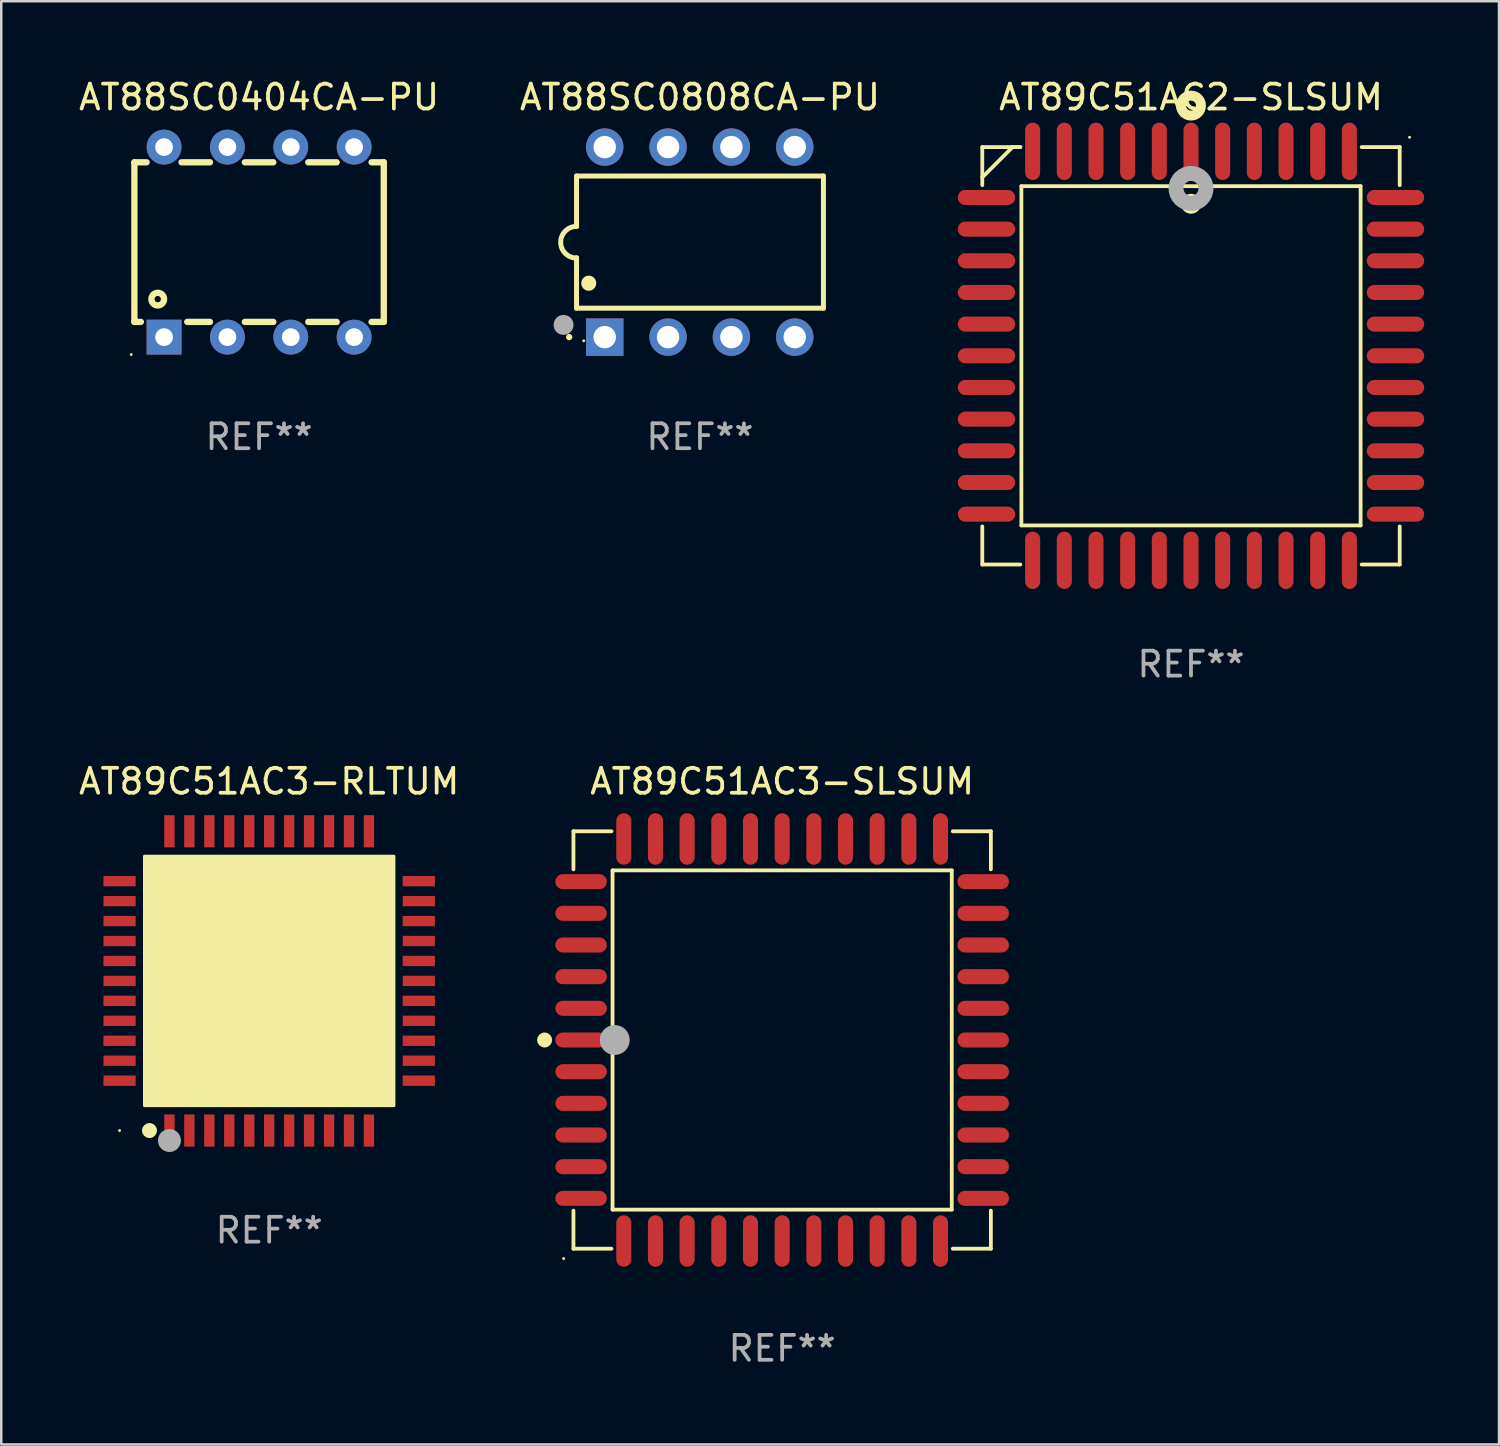
<source format=kicad_pcb>
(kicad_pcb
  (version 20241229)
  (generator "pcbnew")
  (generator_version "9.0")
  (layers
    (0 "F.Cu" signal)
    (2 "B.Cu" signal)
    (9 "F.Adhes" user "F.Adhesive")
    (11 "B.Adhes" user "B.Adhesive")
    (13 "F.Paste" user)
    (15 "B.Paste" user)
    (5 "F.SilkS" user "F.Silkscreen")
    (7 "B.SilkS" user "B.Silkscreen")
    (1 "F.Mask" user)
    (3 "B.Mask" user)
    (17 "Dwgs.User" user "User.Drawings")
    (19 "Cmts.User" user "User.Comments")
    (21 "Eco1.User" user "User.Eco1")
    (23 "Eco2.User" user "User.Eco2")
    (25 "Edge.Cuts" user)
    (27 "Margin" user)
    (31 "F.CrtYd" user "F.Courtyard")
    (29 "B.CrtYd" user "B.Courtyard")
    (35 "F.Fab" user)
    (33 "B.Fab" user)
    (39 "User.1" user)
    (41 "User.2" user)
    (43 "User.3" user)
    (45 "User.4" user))
  (footprint "AT89C51AC3-SLSUM"
    (layer "F.Cu")
    (at 28.313 38.652)
    (property "Reference" "AT89C51AC3-SLSUM" (at 0 -10.369 0) (layer "F.SilkS") (effects (font (size 1 1) (thickness 0.15))))
    (attr through_hole)
    (fp_line (start -8.369 -8.369) (end -6.843 -8.369) (stroke (width 0.152) (type solid)) (layer "F.SilkS"))
    (fp_line (start -8.369 -6.843) (end -8.369 -8.369) (stroke (width 0.152) (type solid)) (layer "F.SilkS"))
    (fp_line (start -8.369 6.843) (end -8.369 8.369) (stroke (width 0.152) (type solid)) (layer "F.SilkS"))
    (fp_line (start -8.369 8.369) (end -6.843 8.369) (stroke (width 0.152) (type solid)) (layer "F.SilkS"))
    (fp_line (start -6.801 -6.801) (end 6.801 -6.801) (stroke (width 0.152) (type solid)) (layer "F.SilkS"))
    (fp_line (start -6.801 6.801) (end -6.801 -6.801) (stroke (width 0.152) (type solid)) (layer "F.SilkS"))
    (fp_line (start 6.801 -6.801) (end 6.801 6.801) (stroke (width 0.152) (type solid)) (layer "F.SilkS"))
    (fp_line (start 6.801 6.801) (end -6.801 6.801) (stroke (width 0.152) (type solid)) (layer "F.SilkS"))
    (fp_line (start 8.369 -8.369) (end 6.843 -8.369) (stroke (width 0.152) (type solid)) (layer "F.SilkS"))
    (fp_line (start 8.369 -6.843) (end 8.369 -8.369) (stroke (width 0.152) (type solid)) (layer "F.SilkS"))
    (fp_line (start 8.369 6.843) (end 8.369 8.369) (stroke (width 0.152) (type solid)) (layer "F.SilkS"))
    (fp_line (start 8.369 8.369) (end 6.843 8.369) (stroke (width 0.152) (type solid)) (layer "F.SilkS"))
    (fp_circle (center -9.525 -0.000127) (end -9.375 -0.000127) (stroke (width 0.3) (type solid)) (fill no) (layer "F.SilkS"))
    (fp_circle (center -8.763 8.763) (end -8.733 8.763) (stroke (width 0.06) (type solid)) (fill no) (layer "F.SilkS"))
    (fp_circle (center -6.712 -0.000127) (end -6.412 -0.000127) (stroke (width 0.6) (type solid)) (fill no) (layer "F.Fab"))
    (fp_text user "REF**" (at 0 12.369 0) (layer "F.Fab") (effects (font (size 1 1) (thickness 0.15))))
    (pad "1" smd oval (at -8.061 -0.000127 90) (size 0.604 2.064) (layers "F.Cu" "F.Mask" "F.Paste"))
    (pad "2" smd oval (at -8.061 1.27 90) (size 0.604 2.064) (layers "F.Cu" "F.Mask" "F.Paste"))
    (pad "3" smd oval (at -8.061 2.54 90) (size 0.604 2.064) (layers "F.Cu" "F.Mask" "F.Paste"))
    (pad "4" smd oval (at -8.061 3.81 90) (size 0.604 2.064) (layers "F.Cu" "F.Mask" "F.Paste"))
    (pad "5" smd oval (at -8.061 5.08 90) (size 0.604 2.064) (layers "F.Cu" "F.Mask" "F.Paste"))
    (pad "6" smd oval (at -8.061 6.35 90) (size 0.604 2.064) (layers "F.Cu" "F.Mask" "F.Paste"))
    (pad "7" smd oval (at -6.35 8.061 90) (size 2.064 0.604) (layers "F.Cu" "F.Mask" "F.Paste"))
    (pad "8" smd oval (at -5.08 8.061 90) (size 2.064 0.604) (layers "F.Cu" "F.Mask" "F.Paste"))
    (pad "9" smd oval (at -3.81 8.061 90) (size 2.064 0.604) (layers "F.Cu" "F.Mask" "F.Paste"))
    (pad "10" smd oval (at -2.54 8.061 90) (size 2.064 0.604) (layers "F.Cu" "F.Mask" "F.Paste"))
    (pad "11" smd oval (at -1.27 8.061 90) (size 2.064 0.604) (layers "F.Cu" "F.Mask" "F.Paste"))
    (pad "12" smd oval (at 0.000076 8.061 90) (size 2.064 0.604) (layers "F.Cu" "F.Mask" "F.Paste"))
    (pad "13" smd oval (at 1.27 8.061 90) (size 2.064 0.604) (layers "F.Cu" "F.Mask" "F.Paste"))
    (pad "14" smd oval (at 2.54 8.061 90) (size 2.064 0.604) (layers "F.Cu" "F.Mask" "F.Paste"))
    (pad "15" smd oval (at 3.81 8.061 90) (size 2.064 0.604) (layers "F.Cu" "F.Mask" "F.Paste"))
    (pad "16" smd oval (at 5.08 8.061 90) (size 2.064 0.604) (layers "F.Cu" "F.Mask" "F.Paste"))
    (pad "17" smd oval (at 6.35 8.061 90) (size 2.064 0.604) (layers "F.Cu" "F.Mask" "F.Paste"))
    (pad "18" smd oval (at 8.062 6.35 90) (size 0.604 2.064) (layers "F.Cu" "F.Mask" "F.Paste"))
    (pad "19" smd oval (at 8.062 5.08 90) (size 0.604 2.064) (layers "F.Cu" "F.Mask" "F.Paste"))
    (pad "20" smd oval (at 8.062 3.81 90) (size 0.604 2.064) (layers "F.Cu" "F.Mask" "F.Paste"))
    (pad "21" smd oval (at 8.062 2.54 90) (size 0.604 2.064) (layers "F.Cu" "F.Mask" "F.Paste"))
    (pad "22" smd oval (at 8.062 1.27 90) (size 0.604 2.064) (layers "F.Cu" "F.Mask" "F.Paste"))
    (pad "23" smd oval (at 8.062 -0.000127 90) (size 0.604 2.064) (layers "F.Cu" "F.Mask" "F.Paste"))
    (pad "24" smd oval (at 8.062 -1.27 90) (size 0.604 2.064) (layers "F.Cu" "F.Mask" "F.Paste"))
    (pad "25" smd oval (at 8.062 -2.54 90) (size 0.604 2.064) (layers "F.Cu" "F.Mask" "F.Paste"))
    (pad "26" smd oval (at 8.062 -3.81 90) (size 0.604 2.064) (layers "F.Cu" "F.Mask" "F.Paste"))
    (pad "27" smd oval (at 8.062 -5.08 90) (size 0.604 2.064) (layers "F.Cu" "F.Mask" "F.Paste"))
    (pad "28" smd oval (at 8.062 -6.35 90) (size 0.604 2.064) (layers "F.Cu" "F.Mask" "F.Paste"))
    (pad "29" smd oval (at 6.35 -8.061 90) (size 2.064 0.604) (layers "F.Cu" "F.Mask" "F.Paste"))
    (pad "30" smd oval (at 5.08 -8.061 90) (size 2.064 0.604) (layers "F.Cu" "F.Mask" "F.Paste"))
    (pad "31" smd oval (at 3.81 -8.061 90) (size 2.064 0.604) (layers "F.Cu" "F.Mask" "F.Paste"))
    (pad "32" smd oval (at 2.54 -8.061 90) (size 2.064 0.604) (layers "F.Cu" "F.Mask" "F.Paste"))
    (pad "33" smd oval (at 1.27 -8.061 90) (size 2.064 0.604) (layers "F.Cu" "F.Mask" "F.Paste"))
    (pad "34" smd oval (at 0.000076 -8.061 90) (size 2.064 0.604) (layers "F.Cu" "F.Mask" "F.Paste"))
    (pad "35" smd oval (at -1.27 -8.061 90) (size 2.064 0.604) (layers "F.Cu" "F.Mask" "F.Paste"))
    (pad "36" smd oval (at -2.54 -8.061 90) (size 2.064 0.604) (layers "F.Cu" "F.Mask" "F.Paste"))
    (pad "37" smd oval (at -3.81 -8.061 90) (size 2.064 0.604) (layers "F.Cu" "F.Mask" "F.Paste"))
    (pad "38" smd oval (at -5.08 -8.061 90) (size 2.064 0.604) (layers "F.Cu" "F.Mask" "F.Paste"))
    (pad "39" smd oval (at -6.35 -8.061 90) (size 2.064 0.604) (layers "F.Cu" "F.Mask" "F.Paste"))
    (pad "40" smd oval (at -8.061 -6.35 90) (size 0.604 2.064) (layers "F.Cu" "F.Mask" "F.Paste"))
    (pad "41" smd oval (at -8.061 -5.08 90) (size 0.604 2.064) (layers "F.Cu" "F.Mask" "F.Paste"))
    (pad "42" smd oval (at -8.061 -3.81 90) (size 0.604 2.064) (layers "F.Cu" "F.Mask" "F.Paste"))
    (pad "43" smd oval (at -8.061 -2.54 90) (size 0.604 2.064) (layers "F.Cu" "F.Mask" "F.Paste"))
    (pad "44" smd oval (at -8.061 -1.27 90) (size 0.604 2.064) (layers "F.Cu" "F.Mask" "F.Paste")))
  (footprint "AT89C51AC3-RLTUM"
    (layer "F.Cu")
    (at 7.744 36.283)
    (property "Reference" "AT89C51AC3-RLTUM" (at 0 -8 0) (layer "F.SilkS") (effects (font (size 1 1) (thickness 0.15))))
    (attr through_hole)
    (fp_circle (center -6 6) (end -5.97 6) (stroke (width 0.06) (type solid)) (fill no) (layer "F.SilkS"))
    (fp_circle (center -4.8 6) (end -4.65 6) (stroke (width 0.3) (type solid)) (fill no) (layer "F.SilkS"))
    (fp_poly (pts (xy -5 -5) (xy 5 -5) (xy 5 5) (xy -5 5)) (stroke (width 0.12) (type solid)) (fill yes) (layer "F.SilkS"))
    (fp_circle (center -4 6.4) (end -3.77 6.4) (stroke (width 0.46) (type solid)) (fill no) (layer "F.Fab"))
    (fp_text user "REF**" (at 0 10 0) (layer "F.Fab") (effects (font (size 1 1) (thickness 0.15))))
    (pad "1" smd rect (at -4 6 90) (size 1.29 0.414) (layers "F.Cu" "F.Mask" "F.Paste"))
    (pad "2" smd rect (at -3.2 6 90) (size 1.29 0.414) (layers "F.Cu" "F.Mask" "F.Paste"))
    (pad "3" smd rect (at -2.4 6 90) (size 1.29 0.414) (layers "F.Cu" "F.Mask" "F.Paste"))
    (pad "4" smd rect (at -1.6 6 90) (size 1.29 0.414) (layers "F.Cu" "F.Mask" "F.Paste"))
    (pad "5" smd rect (at -0.8 6 90) (size 1.29 0.414) (layers "F.Cu" "F.Mask" "F.Paste"))
    (pad "6" smd rect (at 0 6 90) (size 1.29 0.414) (layers "F.Cu" "F.Mask" "F.Paste"))
    (pad "7" smd rect (at 0.8 6 90) (size 1.29 0.414) (layers "F.Cu" "F.Mask" "F.Paste"))
    (pad "8" smd rect (at 1.6 6 90) (size 1.29 0.414) (layers "F.Cu" "F.Mask" "F.Paste"))
    (pad "9" smd rect (at 2.4 6 90) (size 1.29 0.414) (layers "F.Cu" "F.Mask" "F.Paste"))
    (pad "10" smd rect (at 3.2 6 90) (size 1.29 0.414) (layers "F.Cu" "F.Mask" "F.Paste"))
    (pad "11" smd rect (at 4 6 90) (size 1.29 0.414) (layers "F.Cu" "F.Mask" "F.Paste"))
    (pad "12" smd rect (at 6 4 90) (size 0.414 1.29) (layers "F.Cu" "F.Mask" "F.Paste"))
    (pad "13" smd rect (at 6 3.2 90) (size 0.414 1.29) (layers "F.Cu" "F.Mask" "F.Paste"))
    (pad "14" smd rect (at 6 2.4 90) (size 0.414 1.29) (layers "F.Cu" "F.Mask" "F.Paste"))
    (pad "15" smd rect (at 6 1.6 90) (size 0.414 1.29) (layers "F.Cu" "F.Mask" "F.Paste"))
    (pad "16" smd rect (at 6 0.8 90) (size 0.414 1.29) (layers "F.Cu" "F.Mask" "F.Paste"))
    (pad "17" smd rect (at 6 0 90) (size 0.414 1.29) (layers "F.Cu" "F.Mask" "F.Paste"))
    (pad "18" smd rect (at 6 -0.8 90) (size 0.414 1.29) (layers "F.Cu" "F.Mask" "F.Paste"))
    (pad "19" smd rect (at 6 -1.6 90) (size 0.414 1.29) (layers "F.Cu" "F.Mask" "F.Paste"))
    (pad "20" smd rect (at 6 -2.4 90) (size 0.414 1.29) (layers "F.Cu" "F.Mask" "F.Paste"))
    (pad "21" smd rect (at 6 -3.2 90) (size 0.414 1.29) (layers "F.Cu" "F.Mask" "F.Paste"))
    (pad "22" smd rect (at 6 -4 90) (size 0.414 1.29) (layers "F.Cu" "F.Mask" "F.Paste"))
    (pad "23" smd rect (at 4 -6 90) (size 1.29 0.414) (layers "F.Cu" "F.Mask" "F.Paste"))
    (pad "24" smd rect (at 3.2 -6 90) (size 1.29 0.414) (layers "F.Cu" "F.Mask" "F.Paste"))
    (pad "25" smd rect (at 2.4 -6 90) (size 1.29 0.414) (layers "F.Cu" "F.Mask" "F.Paste"))
    (pad "26" smd rect (at 1.6 -6 90) (size 1.29 0.414) (layers "F.Cu" "F.Mask" "F.Paste"))
    (pad "27" smd rect (at 0.8 -6 90) (size 1.29 0.414) (layers "F.Cu" "F.Mask" "F.Paste"))
    (pad "28" smd rect (at 0 -6 90) (size 1.29 0.414) (layers "F.Cu" "F.Mask" "F.Paste"))
    (pad "29" smd rect (at -0.8 -6 90) (size 1.29 0.414) (layers "F.Cu" "F.Mask" "F.Paste"))
    (pad "30" smd rect (at -1.6 -6 90) (size 1.29 0.414) (layers "F.Cu" "F.Mask" "F.Paste"))
    (pad "31" smd rect (at -2.4 -6 90) (size 1.29 0.414) (layers "F.Cu" "F.Mask" "F.Paste"))
    (pad "32" smd rect (at -3.2 -6 90) (size 1.29 0.414) (layers "F.Cu" "F.Mask" "F.Paste"))
    (pad "33" smd rect (at -4 -6 90) (size 1.29 0.414) (layers "F.Cu" "F.Mask" "F.Paste"))
    (pad "34" smd rect (at -6 -4 180) (size 1.29 0.414) (layers "F.Cu" "F.Mask" "F.Paste"))
    (pad "35" smd rect (at -6 -3.2 180) (size 1.29 0.414) (layers "F.Cu" "F.Mask" "F.Paste"))
    (pad "36" smd rect (at -6 -2.4 180) (size 1.29 0.414) (layers "F.Cu" "F.Mask" "F.Paste"))
    (pad "37" smd rect (at -6 -1.6 180) (size 1.29 0.414) (layers "F.Cu" "F.Mask" "F.Paste"))
    (pad "38" smd rect (at -6 -0.8 180) (size 1.29 0.414) (layers "F.Cu" "F.Mask" "F.Paste"))
    (pad "39" smd rect (at -6 0 180) (size 1.29 0.414) (layers "F.Cu" "F.Mask" "F.Paste"))
    (pad "40" smd rect (at -6 0.8 180) (size 1.29 0.414) (layers "F.Cu" "F.Mask" "F.Paste"))
    (pad "41" smd rect (at -6 1.6 180) (size 1.29 0.414) (layers "F.Cu" "F.Mask" "F.Paste"))
    (pad "42" smd rect (at -6 2.4 180) (size 1.29 0.414) (layers "F.Cu" "F.Mask" "F.Paste"))
    (pad "43" smd rect (at -6 3.2 180) (size 1.29 0.414) (layers "F.Cu" "F.Mask" "F.Paste"))
    (pad "44" smd rect (at -6 4 180) (size 1.29 0.414) (layers "F.Cu" "F.Mask" "F.Paste")))
  (footprint "AT89C51AC2-SLSUM"
    (layer "F.Cu")
    (at 44.707 11.217)
    (property "Reference" "AT89C51AC2-SLSUM" (at 0 -10.369 0) (layer "F.SilkS") (effects (font (size 1 1) (thickness 0.15))))
    (attr through_hole)
    (fp_line (start -8.369 -8.369) (end -8.369 -6.843) (stroke (width 0.152) (type solid)) (layer "F.SilkS"))
    (fp_line (start -8.369 8.369) (end -8.369 6.843) (stroke (width 0.152) (type solid)) (layer "F.SilkS"))
    (fp_line (start -7.156 -8.369) (end -8.369 -7.156) (stroke (width 0.152) (type solid)) (layer "F.SilkS"))
    (fp_line (start -6.843 -8.369) (end -8.369 -8.369) (stroke (width 0.152) (type solid)) (layer "F.SilkS"))
    (fp_line (start -6.843 -8.369) (end -7.156 -8.369) (stroke (width 0.152) (type solid)) (layer "F.SilkS"))
    (fp_line (start -6.843 8.369) (end -8.369 8.369) (stroke (width 0.152) (type solid)) (layer "F.SilkS"))
    (fp_line (start -6.801 -6.801) (end 6.801 -6.801) (stroke (width 0.152) (type solid)) (layer "F.SilkS"))
    (fp_line (start -6.801 6.801) (end -6.801 -6.801) (stroke (width 0.152) (type solid)) (layer "F.SilkS"))
    (fp_line (start 6.801 -6.801) (end 6.801 6.801) (stroke (width 0.152) (type solid)) (layer "F.SilkS"))
    (fp_line (start 6.801 6.801) (end -6.801 6.801) (stroke (width 0.152) (type solid)) (layer "F.SilkS"))
    (fp_line (start 6.843 -8.369) (end 8.369 -8.369) (stroke (width 0.152) (type solid)) (layer "F.SilkS"))
    (fp_line (start 6.843 8.369) (end 8.369 8.369) (stroke (width 0.152) (type solid)) (layer "F.SilkS"))
    (fp_line (start 8.369 -8.369) (end 8.369 -6.843) (stroke (width 0.152) (type solid)) (layer "F.SilkS"))
    (fp_line (start 8.369 8.369) (end 8.369 6.843) (stroke (width 0.152) (type solid)) (layer "F.SilkS"))
    (fp_circle (center -0.000013 -6.096) (end 0.2 -6.096) (stroke (width 0.4) (type solid)) (fill no) (layer "F.SilkS"))
    (fp_circle (center 0.000114 -10.033) (end 0.2 -10.033) (stroke (width 0.4) (type solid)) (fill no) (layer "F.SilkS"))
    (fp_circle (center 8.763 -8.763) (end 8.793 -8.763) (stroke (width 0.06) (type solid)) (fill no) (layer "F.SilkS"))
    (fp_circle (center 0.000114 -6.712) (end 0.3 -6.712) (stroke (width 0.6) (type solid)) (fill no) (layer "F.Fab"))
    (fp_text user "REF**" (at 0 12.369 0) (layer "F.Fab") (effects (font (size 1 1) (thickness 0.15))))
    (pad "1" smd oval (at 0.000114 -8.2) (size 0.604 2.3) (layers "F.Cu" "F.Mask" "F.Paste"))
    (pad "2" smd oval (at -1.27 -8.2) (size 0.604 2.3) (layers "F.Cu" "F.Mask" "F.Paste"))
    (pad "3" smd oval (at -2.54 -8.2) (size 0.604 2.3) (layers "F.Cu" "F.Mask" "F.Paste"))
    (pad "4" smd oval (at -3.81 -8.2) (size 0.604 2.3) (layers "F.Cu" "F.Mask" "F.Paste"))
    (pad "5" smd oval (at -5.08 -8.2) (size 0.604 2.3) (layers "F.Cu" "F.Mask" "F.Paste"))
    (pad "6" smd oval (at -6.35 -8.2) (size 0.604 2.3) (layers "F.Cu" "F.Mask" "F.Paste"))
    (pad "7" smd oval (at -8.2 -6.35) (size 2.3 0.604) (layers "F.Cu" "F.Mask" "F.Paste"))
    (pad "8" smd oval (at -8.2 -5.08) (size 2.3 0.604) (layers "F.Cu" "F.Mask" "F.Paste"))
    (pad "9" smd oval (at -8.2 -3.81) (size 2.3 0.604) (layers "F.Cu" "F.Mask" "F.Paste"))
    (pad "10" smd oval (at -8.2 -2.54) (size 2.3 0.604) (layers "F.Cu" "F.Mask" "F.Paste"))
    (pad "11" smd oval (at -8.2 -1.27) (size 2.3 0.604) (layers "F.Cu" "F.Mask" "F.Paste"))
    (pad "12" smd oval (at -8.2 0.000127) (size 2.3 0.604) (layers "F.Cu" "F.Mask" "F.Paste"))
    (pad "13" smd oval (at -8.2 1.27) (size 2.3 0.604) (layers "F.Cu" "F.Mask" "F.Paste"))
    (pad "14" smd oval (at -8.2 2.54) (size 2.3 0.604) (layers "F.Cu" "F.Mask" "F.Paste"))
    (pad "15" smd oval (at -8.2 3.81) (size 2.3 0.604) (layers "F.Cu" "F.Mask" "F.Paste"))
    (pad "16" smd oval (at -8.2 5.08) (size 2.3 0.604) (layers "F.Cu" "F.Mask" "F.Paste"))
    (pad "17" smd oval (at -8.2 6.35) (size 2.3 0.604) (layers "F.Cu" "F.Mask" "F.Paste"))
    (pad "18" smd oval (at -6.35 8.2) (size 0.604 2.3) (layers "F.Cu" "F.Mask" "F.Paste"))
    (pad "19" smd oval (at -5.08 8.2) (size 0.604 2.3) (layers "F.Cu" "F.Mask" "F.Paste"))
    (pad "20" smd oval (at -3.81 8.2) (size 0.604 2.3) (layers "F.Cu" "F.Mask" "F.Paste"))
    (pad "21" smd oval (at -2.54 8.2) (size 0.604 2.3) (layers "F.Cu" "F.Mask" "F.Paste"))
    (pad "22" smd oval (at -1.27 8.2) (size 0.604 2.3) (layers "F.Cu" "F.Mask" "F.Paste"))
    (pad "23" smd oval (at 0.000114 8.2) (size 0.604 2.3) (layers "F.Cu" "F.Mask" "F.Paste"))
    (pad "24" smd oval (at 1.27 8.2) (size 0.604 2.3) (layers "F.Cu" "F.Mask" "F.Paste"))
    (pad "25" smd oval (at 2.54 8.2) (size 0.604 2.3) (layers "F.Cu" "F.Mask" "F.Paste"))
    (pad "26" smd oval (at 3.81 8.2) (size 0.604 2.3) (layers "F.Cu" "F.Mask" "F.Paste"))
    (pad "27" smd oval (at 5.08 8.2) (size 0.604 2.3) (layers "F.Cu" "F.Mask" "F.Paste"))
    (pad "28" smd oval (at 6.35 8.2) (size 0.604 2.3) (layers "F.Cu" "F.Mask" "F.Paste"))
    (pad "29" smd oval (at 8.2 6.35) (size 2.3 0.604) (layers "F.Cu" "F.Mask" "F.Paste"))
    (pad "30" smd oval (at 8.2 5.08) (size 2.3 0.604) (layers "F.Cu" "F.Mask" "F.Paste"))
    (pad "31" smd oval (at 8.2 3.81) (size 2.3 0.604) (layers "F.Cu" "F.Mask" "F.Paste"))
    (pad "32" smd oval (at 8.2 2.54) (size 2.3 0.604) (layers "F.Cu" "F.Mask" "F.Paste"))
    (pad "33" smd oval (at 8.2 1.27) (size 2.3 0.604) (layers "F.Cu" "F.Mask" "F.Paste"))
    (pad "34" smd oval (at 8.2 0.000127) (size 2.3 0.604) (layers "F.Cu" "F.Mask" "F.Paste"))
    (pad "35" smd oval (at 8.2 -1.27) (size 2.3 0.604) (layers "F.Cu" "F.Mask" "F.Paste"))
    (pad "36" smd oval (at 8.2 -2.54) (size 2.3 0.604) (layers "F.Cu" "F.Mask" "F.Paste"))
    (pad "37" smd oval (at 8.2 -3.81) (size 2.3 0.604) (layers "F.Cu" "F.Mask" "F.Paste"))
    (pad "38" smd oval (at 8.2 -5.08) (size 2.3 0.604) (layers "F.Cu" "F.Mask" "F.Paste"))
    (pad "39" smd oval (at 8.2 -6.35) (size 2.3 0.604) (layers "F.Cu" "F.Mask" "F.Paste"))
    (pad "40" smd oval (at 6.35 -8.2) (size 0.604 2.3) (layers "F.Cu" "F.Mask" "F.Paste"))
    (pad "41" smd oval (at 5.08 -8.2) (size 0.604 2.3) (layers "F.Cu" "F.Mask" "F.Paste"))
    (pad "42" smd oval (at 3.81 -8.2) (size 0.604 2.3) (layers "F.Cu" "F.Mask" "F.Paste"))
    (pad "43" smd oval (at 2.54 -8.2) (size 0.604 2.3) (layers "F.Cu" "F.Mask" "F.Paste"))
    (pad "44" smd oval (at 1.27 -8.2) (size 0.604 2.3) (layers "F.Cu" "F.Mask" "F.Paste")))
  (footprint "AT88SC0404CA-PU"
    (layer "F.Cu")
    (at 7.339 6.658)
    (property "Reference" "AT88SC0404CA-PU" (at 0 -5.81 0) (layer "F.SilkS") (effects (font (size 1 1) (thickness 0.15))))
    (attr through_hole)
    (fp_line (start -5 -3.2) (end -5 3.2) (stroke (width 0.254) (type solid)) (layer "F.SilkS"))
    (fp_line (start -5 -3.2) (end -4.511 -3.2) (stroke (width 0.254) (type solid)) (layer "F.SilkS"))
    (fp_line (start -5 3.2) (end -4.74 3.2) (stroke (width 0.254) (type solid)) (layer "F.SilkS"))
    (fp_line (start -3.109 -3.2) (end -1.971 -3.2) (stroke (width 0.254) (type solid)) (layer "F.SilkS"))
    (fp_line (start -2.88 3.2) (end -1.971 3.2) (stroke (width 0.254) (type solid)) (layer "F.SilkS"))
    (fp_line (start -0.569 -3.2) (end 0.569 -3.2) (stroke (width 0.254) (type solid)) (layer "F.SilkS"))
    (fp_line (start -0.569 3.2) (end 0.569 3.2) (stroke (width 0.254) (type solid)) (layer "F.SilkS"))
    (fp_line (start 1.971 -3.2) (end 3.109 -3.2) (stroke (width 0.254) (type solid)) (layer "F.SilkS"))
    (fp_line (start 1.971 3.2) (end 3.109 3.2) (stroke (width 0.254) (type solid)) (layer "F.SilkS"))
    (fp_line (start 4.511 -3.2) (end 5 -3.2) (stroke (width 0.254) (type solid)) (layer "F.SilkS"))
    (fp_line (start 4.511 3.2) (end 5 3.2) (stroke (width 0.254) (type solid)) (layer "F.SilkS"))
    (fp_line (start 5 -3.2) (end 5 3.2) (stroke (width 0.254) (type solid)) (layer "F.SilkS"))
    (fp_circle (center -5.127 4.509) (end -5.097 4.509) (stroke (width 0.06) (type solid)) (fill no) (layer "F.SilkS"))
    (fp_circle (center -4.064 2.286) (end -3.81 2.286) (stroke (width 0.254) (type solid)) (fill no) (layer "F.SilkS"))
    (fp_text user "REF**" (at 0 7.81 0) (layer "F.Fab") (effects (font (size 1 1) (thickness 0.15))))
    (pad "1" thru_hole rect (at -3.81 3.81) (size 1.397 1.397) (drill 0.711) (layers "*.Cu" "*.Mask"))
    (pad "2" thru_hole circle (at -1.27 3.81) (size 1.397 1.397) (drill 0.711) (layers "*.Cu" "*.Mask"))
    (pad "3" thru_hole circle (at 1.27 3.81) (size 1.397 1.397) (drill 0.711) (layers "*.Cu" "*.Mask"))
    (pad "4" thru_hole circle (at 3.81 3.81) (size 1.397 1.397) (drill 0.711) (layers "*.Cu" "*.Mask"))
    (pad "5" thru_hole circle (at 3.81 -3.81) (size 1.397 1.397) (drill 0.711) (layers "*.Cu" "*.Mask"))
    (pad "6" thru_hole circle (at 1.27 -3.81) (size 1.397 1.397) (drill 0.711) (layers "*.Cu" "*.Mask"))
    (pad "7" thru_hole circle (at -1.27 -3.81) (size 1.397 1.397) (drill 0.711) (layers "*.Cu" "*.Mask"))
    (pad "8" thru_hole circle (at -3.81 -3.81) (size 1.397 1.397) (drill 0.711) (layers "*.Cu" "*.Mask")))
  (footprint "AT88SC0808CA-PU"
    (layer "F.Cu")
    (at 25.018 6.658)
    (property "Reference" "AT88SC0808CA-PU" (at 0 -5.81 0) (layer "F.SilkS") (effects (font (size 1 1) (thickness 0.15))))
    (attr through_hole)
    (fp_line (start -4.95 -2.649) (end 4.95 -2.649) (stroke (width 0.2) (type solid)) (layer "F.SilkS"))
    (fp_line (start -4.95 -0.635) (end -4.95 -2.649) (stroke (width 0.2) (type solid)) (layer "F.SilkS"))
    (fp_line (start -4.95 0.635) (end -4.95 0.64) (stroke (width 0.2) (type solid)) (layer "F.SilkS"))
    (fp_line (start -4.95 2.649) (end -4.95 0.635) (stroke (width 0.2) (type solid)) (layer "F.SilkS"))
    (fp_line (start -4.95 -0.64) (end -4.95 -0.635) (stroke (width 0.2) (type solid)) (layer "F.SilkS"))
    (fp_line (start 4.95 -2.649) (end 4.95 2.649) (stroke (width 0.2) (type solid)) (layer "F.SilkS"))
    (fp_line (start 4.95 2.649) (end -4.95 2.649) (stroke (width 0.2) (type solid)) (layer "F.SilkS"))
    (fp_arc (start -5.24511 3.810008) (mid -5.245117 3.808738) (end -5.24511 3.807468) (stroke (width 0.25) (type solid)) (layer "F.SilkS"))
    (fp_arc (start -4.950165 0.640005) (mid -5.585166 0.005004) (end -4.950165 -0.629997) (stroke (width 0.2) (type solid)) (layer "F.SilkS"))
    (fp_arc (start -4.460249 1.651003) (mid -4.46026 1.648463) (end -4.460249 1.645923) (stroke (width 0.6) (type solid)) (layer "F.SilkS"))
    (fp_circle (center -4.66 3.956) (end -4.63 3.956) (stroke (width 0.06) (type solid)) (fill no) (layer "F.SilkS"))
    (fp_circle (center -5.47 3.32) (end -5.27 3.32) (stroke (width 0.4) (type solid)) (fill no) (layer "F.Fab"))
    (fp_text user "REF**" (at 0 7.81 0) (layer "F.Fab") (effects (font (size 1 1) (thickness 0.15))))
    (pad "1" thru_hole rect (at -3.82 3.81) (size 1.5 1.5) (drill 0.9) (layers "*.Cu" "*.Mask"))
    (pad "2" thru_hole circle (at -1.28 3.81) (size 1.5 1.5) (drill 0.9) (layers "*.Cu" "*.Mask"))
    (pad "3" thru_hole circle (at 1.26 3.81) (size 1.5 1.5) (drill 0.9) (layers "*.Cu" "*.Mask"))
    (pad "4" thru_hole circle (at 3.8 3.81) (size 1.5 1.5) (drill 0.9) (layers "*.Cu" "*.Mask"))
    (pad "5" thru_hole circle (at 3.8 -3.81) (size 1.5 1.5) (drill 0.9) (layers "*.Cu" "*.Mask"))
    (pad "6" thru_hole circle (at 1.26 -3.81) (size 1.5 1.5) (drill 0.9) (layers "*.Cu" "*.Mask"))
    (pad "7" thru_hole circle (at -1.28 -3.81) (size 1.5 1.5) (drill 0.9) (layers "*.Cu" "*.Mask"))
    (pad "8" thru_hole circle (at -3.82 -3.81) (size 1.5 1.5) (drill 0.9) (layers "*.Cu" "*.Mask")))
  (gr_rect
    (start -3 -3)
    (end 57.057 54.87)
    (stroke (width 0.1) (type default))
    (fill no)
    (layer "Edge.Cuts")))
</source>
